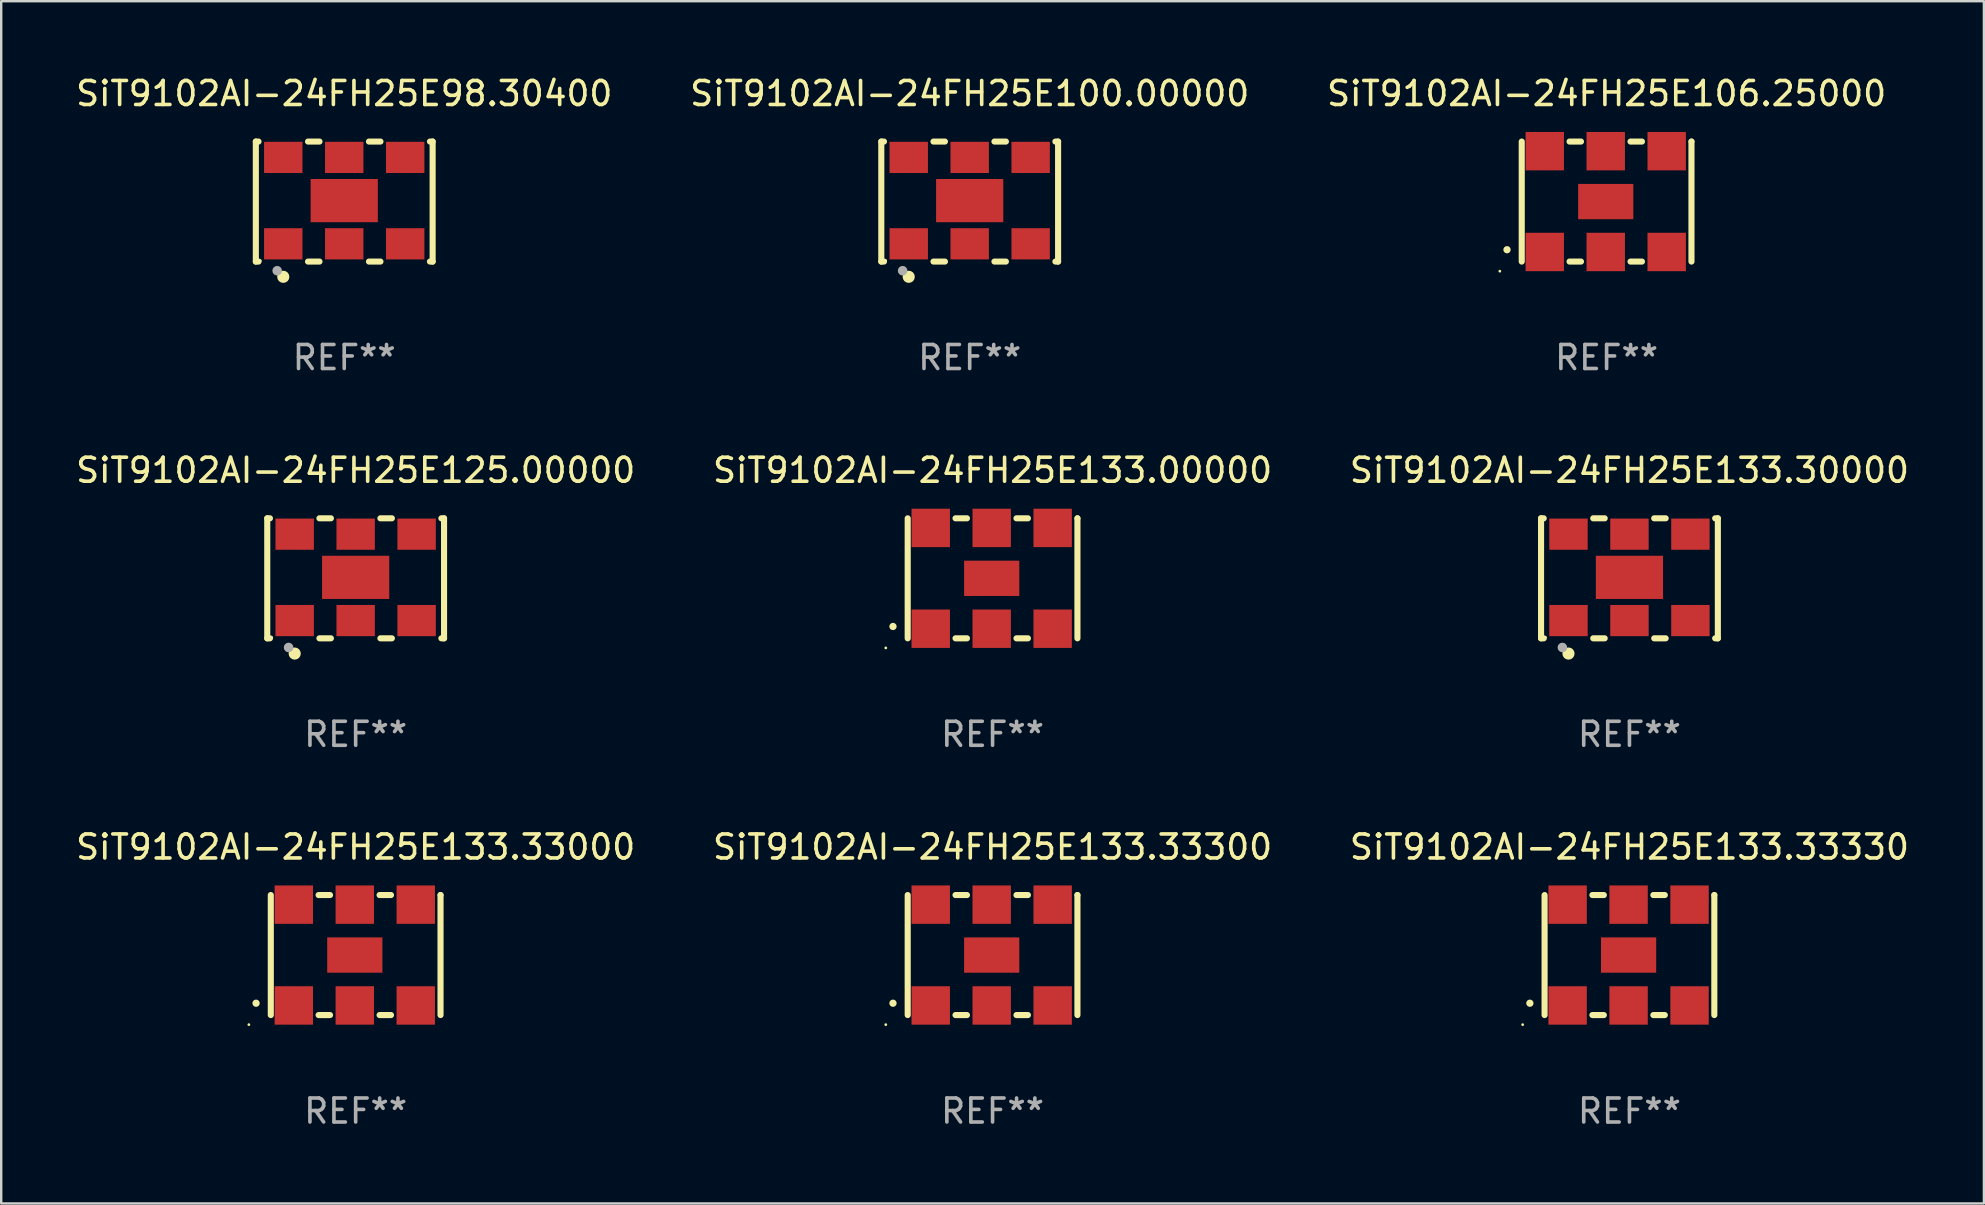
<source format=kicad_pcb>
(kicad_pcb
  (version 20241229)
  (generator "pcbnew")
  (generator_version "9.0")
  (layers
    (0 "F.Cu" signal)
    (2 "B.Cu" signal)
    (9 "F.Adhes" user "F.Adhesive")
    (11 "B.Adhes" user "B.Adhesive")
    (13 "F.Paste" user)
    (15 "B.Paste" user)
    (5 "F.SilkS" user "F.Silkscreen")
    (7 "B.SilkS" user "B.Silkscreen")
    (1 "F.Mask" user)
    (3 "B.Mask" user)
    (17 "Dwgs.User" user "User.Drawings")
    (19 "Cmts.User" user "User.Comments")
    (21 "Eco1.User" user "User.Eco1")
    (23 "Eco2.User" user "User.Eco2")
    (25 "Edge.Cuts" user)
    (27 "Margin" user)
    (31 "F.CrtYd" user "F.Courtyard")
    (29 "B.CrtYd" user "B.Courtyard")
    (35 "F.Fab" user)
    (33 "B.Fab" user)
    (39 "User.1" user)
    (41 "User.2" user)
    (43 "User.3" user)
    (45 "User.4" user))
  (footprint "SiT9102AI-24FH25E133.33300"
    (layer "F.Cu")
    (at 38.304 36.741)
    (property "Reference" "SiT9102AI-24FH25E133.33300" (at 0 -4.5 0) (layer "F.SilkS") (effects (font (size 1 1) (thickness 0.15))))
    (attr through_hole)
    (fp_line (start -3.536 -2.5) (end -3.536 2.5) (stroke (width 0.254) (type solid)) (layer "F.SilkS"))
    (fp_line (start -1.544 2.5) (end -1.067 2.5) (stroke (width 0.254) (type solid)) (layer "F.SilkS"))
    (fp_line (start -1.067 -2.5) (end -1.544 -2.5) (stroke (width 0.254) (type solid)) (layer "F.SilkS"))
    (fp_line (start 0.996 2.5) (end 1.473 2.5) (stroke (width 0.254) (type solid)) (layer "F.SilkS"))
    (fp_line (start 1.473 -2.5) (end 0.996 -2.5) (stroke (width 0.254) (type solid)) (layer "F.SilkS"))
    (fp_line (start 3.536 -2.5) (end 3.536 -2.5) (stroke (width 0.254) (type solid)) (layer "F.SilkS"))
    (fp_line (start 3.536 2.5) (end 3.536 -2.5) (stroke (width 0.254) (type solid)) (layer "F.SilkS"))
    (fp_arc (start -4.150432 2.006604) (mid -4.149162 2.006599) (end -4.147892 2.006604) (stroke (width 0.3) (type solid)) (layer "F.SilkS"))
    (fp_circle (center -4.449 2.9) (end -4.419 2.9) (stroke (width 0.06) (type solid)) (fill no) (layer "F.SilkS"))
    (fp_text user "REF**" (at 0 6.5 0) (layer "F.Fab") (effects (font (size 1 1) (thickness 0.15))))
    (pad "1" smd rect (at -2.576 2.1) (size 1.6 1.6) (layers "F.Cu" "F.Mask" "F.Paste"))
    (pad "2" smd rect (at -0.036 2.1) (size 1.6 1.6) (layers "F.Cu" "F.Mask" "F.Paste"))
    (pad "3" smd rect (at 2.504 2.1) (size 1.6 1.6) (layers "F.Cu" "F.Mask" "F.Paste"))
    (pad "4" smd rect (at 2.504 -2.1) (size 1.6 1.6) (layers "F.Cu" "F.Mask" "F.Paste"))
    (pad "5" smd rect (at -0.036 -2.1) (size 1.6 1.6) (layers "F.Cu" "F.Mask" "F.Paste"))
    (pad "6" smd rect (at -2.576 -2.1) (size 1.6 1.6) (layers "F.Cu" "F.Mask" "F.Paste"))
    (pad "7" smd rect (at -0.036 0) (size 2.3 1.47) (layers "F.Cu" "F.Mask" "F.Paste")))
  (footprint "SiT9102AI-24FH25E100.00000"
    (layer "F.Cu")
    (at 37.351 5.348)
    (property "Reference" "SiT9102AI-24FH25E100.00000" (at 0 -4.5 0) (layer "F.SilkS") (effects (font (size 1 1) (thickness 0.15))))
    (attr through_hole)
    (fp_line (start -3.683 -2.5) (end -3.571 -2.5) (stroke (width 0.254) (type solid)) (layer "F.SilkS"))
    (fp_line (start -3.683 2.5) (end -3.683 -2.5) (stroke (width 0.254) (type solid)) (layer "F.SilkS"))
    (fp_line (start -3.683 2.5) (end -3.571 2.5) (stroke (width 0.254) (type solid)) (layer "F.SilkS"))
    (fp_line (start -1.509 -2.5) (end -1.031 -2.5) (stroke (width 0.254) (type solid)) (layer "F.SilkS"))
    (fp_line (start -1.509 2.5) (end -1.031 2.5) (stroke (width 0.254) (type solid)) (layer "F.SilkS"))
    (fp_line (start 1.031 -2.5) (end 1.509 -2.5) (stroke (width 0.254) (type solid)) (layer "F.SilkS"))
    (fp_line (start 1.031 2.5) (end 1.509 2.5) (stroke (width 0.254) (type solid)) (layer "F.SilkS"))
    (fp_line (start 3.571 -2.5) (end 3.683 -2.5) (stroke (width 0.254) (type solid)) (layer "F.SilkS"))
    (fp_line (start 3.571 2.5) (end 3.683 2.5) (stroke (width 0.254) (type solid)) (layer "F.SilkS"))
    (fp_line (start 3.683 2.5) (end 3.683 -2.5) (stroke (width 0.254) (type solid)) (layer "F.SilkS"))
    (fp_circle (center -3.5 2.46) (end -3.47 2.46) (stroke (width 0.06) (type solid)) (fill no) (layer "F.SilkS"))
    (fp_circle (center -2.54 3.135) (end -2.413 3.135) (stroke (width 0.254) (type solid)) (fill no) (layer "F.SilkS"))
    (fp_circle (center -2.794 2.881) (end -2.694 2.881) (stroke (width 0.2) (type solid)) (fill no) (layer "F.Fab"))
    (fp_text user "REF**" (at 0 6.5 0) (layer "F.Fab") (effects (font (size 1 1) (thickness 0.15))))
    (pad "1" smd rect (at -2.54 1.76) (size 1.6 1.3) (layers "F.Cu" "F.Mask" "F.Paste"))
    (pad "2" smd rect (at 0 1.76) (size 1.6 1.3) (layers "F.Cu" "F.Mask" "F.Paste"))
    (pad "3" smd rect (at 2.54 1.76) (size 1.6 1.3) (layers "F.Cu" "F.Mask" "F.Paste"))
    (pad "4" smd rect (at 2.54 -1.84) (size 1.6 1.3) (layers "F.Cu" "F.Mask" "F.Paste"))
    (pad "5" smd rect (at 0 -1.84) (size 1.6 1.3) (layers "F.Cu" "F.Mask" "F.Paste"))
    (pad "6" smd rect (at -2.54 -1.84) (size 1.6 1.3) (layers "F.Cu" "F.Mask" "F.Paste"))
    (pad "7" smd rect (at 0 -0.04) (size 2.8 1.8) (layers "F.Cu" "F.Mask" "F.Paste")))
  (footprint "SiT9102AI-24FH25E106.25000"
    (layer "F.Cu")
    (at 63.887 5.348)
    (property "Reference" "SiT9102AI-24FH25E106.25000" (at 0 -4.5 0) (layer "F.SilkS") (effects (font (size 1 1) (thickness 0.15))))
    (attr through_hole)
    (fp_line (start -3.536 -2.5) (end -3.536 2.5) (stroke (width 0.254) (type solid)) (layer "F.SilkS"))
    (fp_line (start -1.544 2.5) (end -1.067 2.5) (stroke (width 0.254) (type solid)) (layer "F.SilkS"))
    (fp_line (start -1.067 -2.5) (end -1.544 -2.5) (stroke (width 0.254) (type solid)) (layer "F.SilkS"))
    (fp_line (start 0.996 2.5) (end 1.473 2.5) (stroke (width 0.254) (type solid)) (layer "F.SilkS"))
    (fp_line (start 1.473 -2.5) (end 0.996 -2.5) (stroke (width 0.254) (type solid)) (layer "F.SilkS"))
    (fp_line (start 3.536 -2.5) (end 3.536 -2.5) (stroke (width 0.254) (type solid)) (layer "F.SilkS"))
    (fp_line (start 3.536 2.5) (end 3.536 -2.5) (stroke (width 0.254) (type solid)) (layer "F.SilkS"))
    (fp_arc (start -4.150432 2.006604) (mid -4.149162 2.006599) (end -4.147892 2.006604) (stroke (width 0.3) (type solid)) (layer "F.SilkS"))
    (fp_circle (center -4.449 2.9) (end -4.419 2.9) (stroke (width 0.06) (type solid)) (fill no) (layer "F.SilkS"))
    (fp_text user "REF**" (at 0 6.5 0) (layer "F.Fab") (effects (font (size 1 1) (thickness 0.15))))
    (pad "1" smd rect (at -2.576 2.1) (size 1.6 1.6) (layers "F.Cu" "F.Mask" "F.Paste"))
    (pad "2" smd rect (at -0.036 2.1) (size 1.6 1.6) (layers "F.Cu" "F.Mask" "F.Paste"))
    (pad "3" smd rect (at 2.504 2.1) (size 1.6 1.6) (layers "F.Cu" "F.Mask" "F.Paste"))
    (pad "4" smd rect (at 2.504 -2.1) (size 1.6 1.6) (layers "F.Cu" "F.Mask" "F.Paste"))
    (pad "5" smd rect (at -0.036 -2.1) (size 1.6 1.6) (layers "F.Cu" "F.Mask" "F.Paste"))
    (pad "6" smd rect (at -2.576 -2.1) (size 1.6 1.6) (layers "F.Cu" "F.Mask" "F.Paste"))
    (pad "7" smd rect (at -0.036 0) (size 2.3 1.47) (layers "F.Cu" "F.Mask" "F.Paste")))
  (footprint "SiT9102AI-24FH25E125.00000"
    (layer "F.Cu")
    (at 11.768 21.045)
    (property "Reference" "SiT9102AI-24FH25E125.00000" (at 0 -4.5 0) (layer "F.SilkS") (effects (font (size 1 1) (thickness 0.15))))
    (attr through_hole)
    (fp_line (start -3.683 -2.5) (end -3.571 -2.5) (stroke (width 0.254) (type solid)) (layer "F.SilkS"))
    (fp_line (start -3.683 2.5) (end -3.683 -2.5) (stroke (width 0.254) (type solid)) (layer "F.SilkS"))
    (fp_line (start -3.683 2.5) (end -3.571 2.5) (stroke (width 0.254) (type solid)) (layer "F.SilkS"))
    (fp_line (start -1.509 -2.5) (end -1.031 -2.5) (stroke (width 0.254) (type solid)) (layer "F.SilkS"))
    (fp_line (start -1.509 2.5) (end -1.031 2.5) (stroke (width 0.254) (type solid)) (layer "F.SilkS"))
    (fp_line (start 1.031 -2.5) (end 1.509 -2.5) (stroke (width 0.254) (type solid)) (layer "F.SilkS"))
    (fp_line (start 1.031 2.5) (end 1.509 2.5) (stroke (width 0.254) (type solid)) (layer "F.SilkS"))
    (fp_line (start 3.571 -2.5) (end 3.683 -2.5) (stroke (width 0.254) (type solid)) (layer "F.SilkS"))
    (fp_line (start 3.571 2.5) (end 3.683 2.5) (stroke (width 0.254) (type solid)) (layer "F.SilkS"))
    (fp_line (start 3.683 2.5) (end 3.683 -2.5) (stroke (width 0.254) (type solid)) (layer "F.SilkS"))
    (fp_circle (center -3.5 2.46) (end -3.47 2.46) (stroke (width 0.06) (type solid)) (fill no) (layer "F.SilkS"))
    (fp_circle (center -2.54 3.135) (end -2.413 3.135) (stroke (width 0.254) (type solid)) (fill no) (layer "F.SilkS"))
    (fp_circle (center -2.794 2.881) (end -2.694 2.881) (stroke (width 0.2) (type solid)) (fill no) (layer "F.Fab"))
    (fp_text user "REF**" (at 0 6.5 0) (layer "F.Fab") (effects (font (size 1 1) (thickness 0.15))))
    (pad "1" smd rect (at -2.54 1.76) (size 1.6 1.3) (layers "F.Cu" "F.Mask" "F.Paste"))
    (pad "2" smd rect (at 0 1.76) (size 1.6 1.3) (layers "F.Cu" "F.Mask" "F.Paste"))
    (pad "3" smd rect (at 2.54 1.76) (size 1.6 1.3) (layers "F.Cu" "F.Mask" "F.Paste"))
    (pad "4" smd rect (at 2.54 -1.84) (size 1.6 1.3) (layers "F.Cu" "F.Mask" "F.Paste"))
    (pad "5" smd rect (at 0 -1.84) (size 1.6 1.3) (layers "F.Cu" "F.Mask" "F.Paste"))
    (pad "6" smd rect (at -2.54 -1.84) (size 1.6 1.3) (layers "F.Cu" "F.Mask" "F.Paste"))
    (pad "7" smd rect (at 0 -0.04) (size 2.8 1.8) (layers "F.Cu" "F.Mask" "F.Paste")))
  (footprint "SiT9102AI-24FH25E98.30400"
    (layer "F.Cu")
    (at 11.292 5.348)
    (property "Reference" "SiT9102AI-24FH25E98.30400" (at 0 -4.5 0) (layer "F.SilkS") (effects (font (size 1 1) (thickness 0.15))))
    (attr through_hole)
    (fp_line (start -3.683 -2.5) (end -3.571 -2.5) (stroke (width 0.254) (type solid)) (layer "F.SilkS"))
    (fp_line (start -3.683 2.5) (end -3.683 -2.5) (stroke (width 0.254) (type solid)) (layer "F.SilkS"))
    (fp_line (start -3.683 2.5) (end -3.571 2.5) (stroke (width 0.254) (type solid)) (layer "F.SilkS"))
    (fp_line (start -1.509 -2.5) (end -1.031 -2.5) (stroke (width 0.254) (type solid)) (layer "F.SilkS"))
    (fp_line (start -1.509 2.5) (end -1.031 2.5) (stroke (width 0.254) (type solid)) (layer "F.SilkS"))
    (fp_line (start 1.031 -2.5) (end 1.509 -2.5) (stroke (width 0.254) (type solid)) (layer "F.SilkS"))
    (fp_line (start 1.031 2.5) (end 1.509 2.5) (stroke (width 0.254) (type solid)) (layer "F.SilkS"))
    (fp_line (start 3.571 -2.5) (end 3.683 -2.5) (stroke (width 0.254) (type solid)) (layer "F.SilkS"))
    (fp_line (start 3.571 2.5) (end 3.683 2.5) (stroke (width 0.254) (type solid)) (layer "F.SilkS"))
    (fp_line (start 3.683 2.5) (end 3.683 -2.5) (stroke (width 0.254) (type solid)) (layer "F.SilkS"))
    (fp_circle (center -3.5 2.46) (end -3.47 2.46) (stroke (width 0.06) (type solid)) (fill no) (layer "F.SilkS"))
    (fp_circle (center -2.54 3.135) (end -2.413 3.135) (stroke (width 0.254) (type solid)) (fill no) (layer "F.SilkS"))
    (fp_circle (center -2.794 2.881) (end -2.694 2.881) (stroke (width 0.2) (type solid)) (fill no) (layer "F.Fab"))
    (fp_text user "REF**" (at 0 6.5 0) (layer "F.Fab") (effects (font (size 1 1) (thickness 0.15))))
    (pad "1" smd rect (at -2.54 1.76) (size 1.6 1.3) (layers "F.Cu" "F.Mask" "F.Paste"))
    (pad "2" smd rect (at 0 1.76) (size 1.6 1.3) (layers "F.Cu" "F.Mask" "F.Paste"))
    (pad "3" smd rect (at 2.54 1.76) (size 1.6 1.3) (layers "F.Cu" "F.Mask" "F.Paste"))
    (pad "4" smd rect (at 2.54 -1.84) (size 1.6 1.3) (layers "F.Cu" "F.Mask" "F.Paste"))
    (pad "5" smd rect (at 0 -1.84) (size 1.6 1.3) (layers "F.Cu" "F.Mask" "F.Paste"))
    (pad "6" smd rect (at -2.54 -1.84) (size 1.6 1.3) (layers "F.Cu" "F.Mask" "F.Paste"))
    (pad "7" smd rect (at 0 -0.04) (size 2.8 1.8) (layers "F.Cu" "F.Mask" "F.Paste")))
  (footprint "SiT9102AI-24FH25E133.33330"
    (layer "F.Cu")
    (at 64.839 36.741)
    (property "Reference" "SiT9102AI-24FH25E133.33330" (at 0 -4.5 0) (layer "F.SilkS") (effects (font (size 1 1) (thickness 0.15))))
    (attr through_hole)
    (fp_line (start -3.536 -2.5) (end -3.536 2.5) (stroke (width 0.254) (type solid)) (layer "F.SilkS"))
    (fp_line (start -1.544 2.5) (end -1.067 2.5) (stroke (width 0.254) (type solid)) (layer "F.SilkS"))
    (fp_line (start -1.067 -2.5) (end -1.544 -2.5) (stroke (width 0.254) (type solid)) (layer "F.SilkS"))
    (fp_line (start 0.996 2.5) (end 1.473 2.5) (stroke (width 0.254) (type solid)) (layer "F.SilkS"))
    (fp_line (start 1.473 -2.5) (end 0.996 -2.5) (stroke (width 0.254) (type solid)) (layer "F.SilkS"))
    (fp_line (start 3.536 -2.5) (end 3.536 -2.5) (stroke (width 0.254) (type solid)) (layer "F.SilkS"))
    (fp_line (start 3.536 2.5) (end 3.536 -2.5) (stroke (width 0.254) (type solid)) (layer "F.SilkS"))
    (fp_arc (start -4.150432 2.006604) (mid -4.149162 2.006599) (end -4.147892 2.006604) (stroke (width 0.3) (type solid)) (layer "F.SilkS"))
    (fp_circle (center -4.449 2.9) (end -4.419 2.9) (stroke (width 0.06) (type solid)) (fill no) (layer "F.SilkS"))
    (fp_text user "REF**" (at 0 6.5 0) (layer "F.Fab") (effects (font (size 1 1) (thickness 0.15))))
    (pad "1" smd rect (at -2.576 2.1) (size 1.6 1.6) (layers "F.Cu" "F.Mask" "F.Paste"))
    (pad "2" smd rect (at -0.036 2.1) (size 1.6 1.6) (layers "F.Cu" "F.Mask" "F.Paste"))
    (pad "3" smd rect (at 2.504 2.1) (size 1.6 1.6) (layers "F.Cu" "F.Mask" "F.Paste"))
    (pad "4" smd rect (at 2.504 -2.1) (size 1.6 1.6) (layers "F.Cu" "F.Mask" "F.Paste"))
    (pad "5" smd rect (at -0.036 -2.1) (size 1.6 1.6) (layers "F.Cu" "F.Mask" "F.Paste"))
    (pad "6" smd rect (at -2.576 -2.1) (size 1.6 1.6) (layers "F.Cu" "F.Mask" "F.Paste"))
    (pad "7" smd rect (at -0.036 0) (size 2.3 1.47) (layers "F.Cu" "F.Mask" "F.Paste")))
  (footprint "SiT9102AI-24FH25E133.30000"
    (layer "F.Cu")
    (at 64.839 21.045)
    (property "Reference" "SiT9102AI-24FH25E133.30000" (at 0 -4.5 0) (layer "F.SilkS") (effects (font (size 1 1) (thickness 0.15))))
    (attr through_hole)
    (fp_line (start -3.683 -2.5) (end -3.571 -2.5) (stroke (width 0.254) (type solid)) (layer "F.SilkS"))
    (fp_line (start -3.683 2.5) (end -3.683 -2.5) (stroke (width 0.254) (type solid)) (layer "F.SilkS"))
    (fp_line (start -3.683 2.5) (end -3.571 2.5) (stroke (width 0.254) (type solid)) (layer "F.SilkS"))
    (fp_line (start -1.509 -2.5) (end -1.031 -2.5) (stroke (width 0.254) (type solid)) (layer "F.SilkS"))
    (fp_line (start -1.509 2.5) (end -1.031 2.5) (stroke (width 0.254) (type solid)) (layer "F.SilkS"))
    (fp_line (start 1.031 -2.5) (end 1.509 -2.5) (stroke (width 0.254) (type solid)) (layer "F.SilkS"))
    (fp_line (start 1.031 2.5) (end 1.509 2.5) (stroke (width 0.254) (type solid)) (layer "F.SilkS"))
    (fp_line (start 3.571 -2.5) (end 3.683 -2.5) (stroke (width 0.254) (type solid)) (layer "F.SilkS"))
    (fp_line (start 3.571 2.5) (end 3.683 2.5) (stroke (width 0.254) (type solid)) (layer "F.SilkS"))
    (fp_line (start 3.683 2.5) (end 3.683 -2.5) (stroke (width 0.254) (type solid)) (layer "F.SilkS"))
    (fp_circle (center -3.5 2.46) (end -3.47 2.46) (stroke (width 0.06) (type solid)) (fill no) (layer "F.SilkS"))
    (fp_circle (center -2.54 3.135) (end -2.413 3.135) (stroke (width 0.254) (type solid)) (fill no) (layer "F.SilkS"))
    (fp_circle (center -2.794 2.881) (end -2.694 2.881) (stroke (width 0.2) (type solid)) (fill no) (layer "F.Fab"))
    (fp_text user "REF**" (at 0 6.5 0) (layer "F.Fab") (effects (font (size 1 1) (thickness 0.15))))
    (pad "1" smd rect (at -2.54 1.76) (size 1.6 1.3) (layers "F.Cu" "F.Mask" "F.Paste"))
    (pad "2" smd rect (at 0 1.76) (size 1.6 1.3) (layers "F.Cu" "F.Mask" "F.Paste"))
    (pad "3" smd rect (at 2.54 1.76) (size 1.6 1.3) (layers "F.Cu" "F.Mask" "F.Paste"))
    (pad "4" smd rect (at 2.54 -1.84) (size 1.6 1.3) (layers "F.Cu" "F.Mask" "F.Paste"))
    (pad "5" smd rect (at 0 -1.84) (size 1.6 1.3) (layers "F.Cu" "F.Mask" "F.Paste"))
    (pad "6" smd rect (at -2.54 -1.84) (size 1.6 1.3) (layers "F.Cu" "F.Mask" "F.Paste"))
    (pad "7" smd rect (at 0 -0.04) (size 2.8 1.8) (layers "F.Cu" "F.Mask" "F.Paste")))
  (footprint "SiT9102AI-24FH25E133.00000"
    (layer "F.Cu")
    (at 38.304 21.045)
    (property "Reference" "SiT9102AI-24FH25E133.00000" (at 0 -4.5 0) (layer "F.SilkS") (effects (font (size 1 1) (thickness 0.15))))
    (attr through_hole)
    (fp_line (start -3.536 -2.5) (end -3.536 2.5) (stroke (width 0.254) (type solid)) (layer "F.SilkS"))
    (fp_line (start -1.544 2.5) (end -1.067 2.5) (stroke (width 0.254) (type solid)) (layer "F.SilkS"))
    (fp_line (start -1.067 -2.5) (end -1.544 -2.5) (stroke (width 0.254) (type solid)) (layer "F.SilkS"))
    (fp_line (start 0.996 2.5) (end 1.473 2.5) (stroke (width 0.254) (type solid)) (layer "F.SilkS"))
    (fp_line (start 1.473 -2.5) (end 0.996 -2.5) (stroke (width 0.254) (type solid)) (layer "F.SilkS"))
    (fp_line (start 3.536 -2.5) (end 3.536 -2.5) (stroke (width 0.254) (type solid)) (layer "F.SilkS"))
    (fp_line (start 3.536 2.5) (end 3.536 -2.5) (stroke (width 0.254) (type solid)) (layer "F.SilkS"))
    (fp_arc (start -4.150432 2.006604) (mid -4.149162 2.006599) (end -4.147892 2.006604) (stroke (width 0.3) (type solid)) (layer "F.SilkS"))
    (fp_circle (center -4.449 2.9) (end -4.419 2.9) (stroke (width 0.06) (type solid)) (fill no) (layer "F.SilkS"))
    (fp_text user "REF**" (at 0 6.5 0) (layer "F.Fab") (effects (font (size 1 1) (thickness 0.15))))
    (pad "1" smd rect (at -2.576 2.1) (size 1.6 1.6) (layers "F.Cu" "F.Mask" "F.Paste"))
    (pad "2" smd rect (at -0.036 2.1) (size 1.6 1.6) (layers "F.Cu" "F.Mask" "F.Paste"))
    (pad "3" smd rect (at 2.504 2.1) (size 1.6 1.6) (layers "F.Cu" "F.Mask" "F.Paste"))
    (pad "4" smd rect (at 2.504 -2.1) (size 1.6 1.6) (layers "F.Cu" "F.Mask" "F.Paste"))
    (pad "5" smd rect (at -0.036 -2.1) (size 1.6 1.6) (layers "F.Cu" "F.Mask" "F.Paste"))
    (pad "6" smd rect (at -2.576 -2.1) (size 1.6 1.6) (layers "F.Cu" "F.Mask" "F.Paste"))
    (pad "7" smd rect (at -0.036 0) (size 2.3 1.47) (layers "F.Cu" "F.Mask" "F.Paste")))
  (footprint "SiT9102AI-24FH25E133.33000"
    (layer "F.Cu")
    (at 11.768 36.741)
    (property "Reference" "SiT9102AI-24FH25E133.33000" (at 0 -4.5 0) (layer "F.SilkS") (effects (font (size 1 1) (thickness 0.15))))
    (attr through_hole)
    (fp_line (start -3.536 -2.5) (end -3.536 2.5) (stroke (width 0.254) (type solid)) (layer "F.SilkS"))
    (fp_line (start -1.544 2.5) (end -1.067 2.5) (stroke (width 0.254) (type solid)) (layer "F.SilkS"))
    (fp_line (start -1.067 -2.5) (end -1.544 -2.5) (stroke (width 0.254) (type solid)) (layer "F.SilkS"))
    (fp_line (start 0.996 2.5) (end 1.473 2.5) (stroke (width 0.254) (type solid)) (layer "F.SilkS"))
    (fp_line (start 1.473 -2.5) (end 0.996 -2.5) (stroke (width 0.254) (type solid)) (layer "F.SilkS"))
    (fp_line (start 3.536 -2.5) (end 3.536 -2.5) (stroke (width 0.254) (type solid)) (layer "F.SilkS"))
    (fp_line (start 3.536 2.5) (end 3.536 -2.5) (stroke (width 0.254) (type solid)) (layer "F.SilkS"))
    (fp_arc (start -4.150432 2.006604) (mid -4.149162 2.006599) (end -4.147892 2.006604) (stroke (width 0.3) (type solid)) (layer "F.SilkS"))
    (fp_circle (center -4.449 2.9) (end -4.419 2.9) (stroke (width 0.06) (type solid)) (fill no) (layer "F.SilkS"))
    (fp_text user "REF**" (at 0 6.5 0) (layer "F.Fab") (effects (font (size 1 1) (thickness 0.15))))
    (pad "1" smd rect (at -2.576 2.1) (size 1.6 1.6) (layers "F.Cu" "F.Mask" "F.Paste"))
    (pad "2" smd rect (at -0.036 2.1) (size 1.6 1.6) (layers "F.Cu" "F.Mask" "F.Paste"))
    (pad "3" smd rect (at 2.504 2.1) (size 1.6 1.6) (layers "F.Cu" "F.Mask" "F.Paste"))
    (pad "4" smd rect (at 2.504 -2.1) (size 1.6 1.6) (layers "F.Cu" "F.Mask" "F.Paste"))
    (pad "5" smd rect (at -0.036 -2.1) (size 1.6 1.6) (layers "F.Cu" "F.Mask" "F.Paste"))
    (pad "6" smd rect (at -2.576 -2.1) (size 1.6 1.6) (layers "F.Cu" "F.Mask" "F.Paste"))
    (pad "7" smd rect (at -0.036 0) (size 2.3 1.47) (layers "F.Cu" "F.Mask" "F.Paste")))
  (gr_rect
    (start -3 -3)
    (end 79.607 47.09)
    (stroke (width 0.1) (type default))
    (fill no)
    (layer "Edge.Cuts")))
</source>
